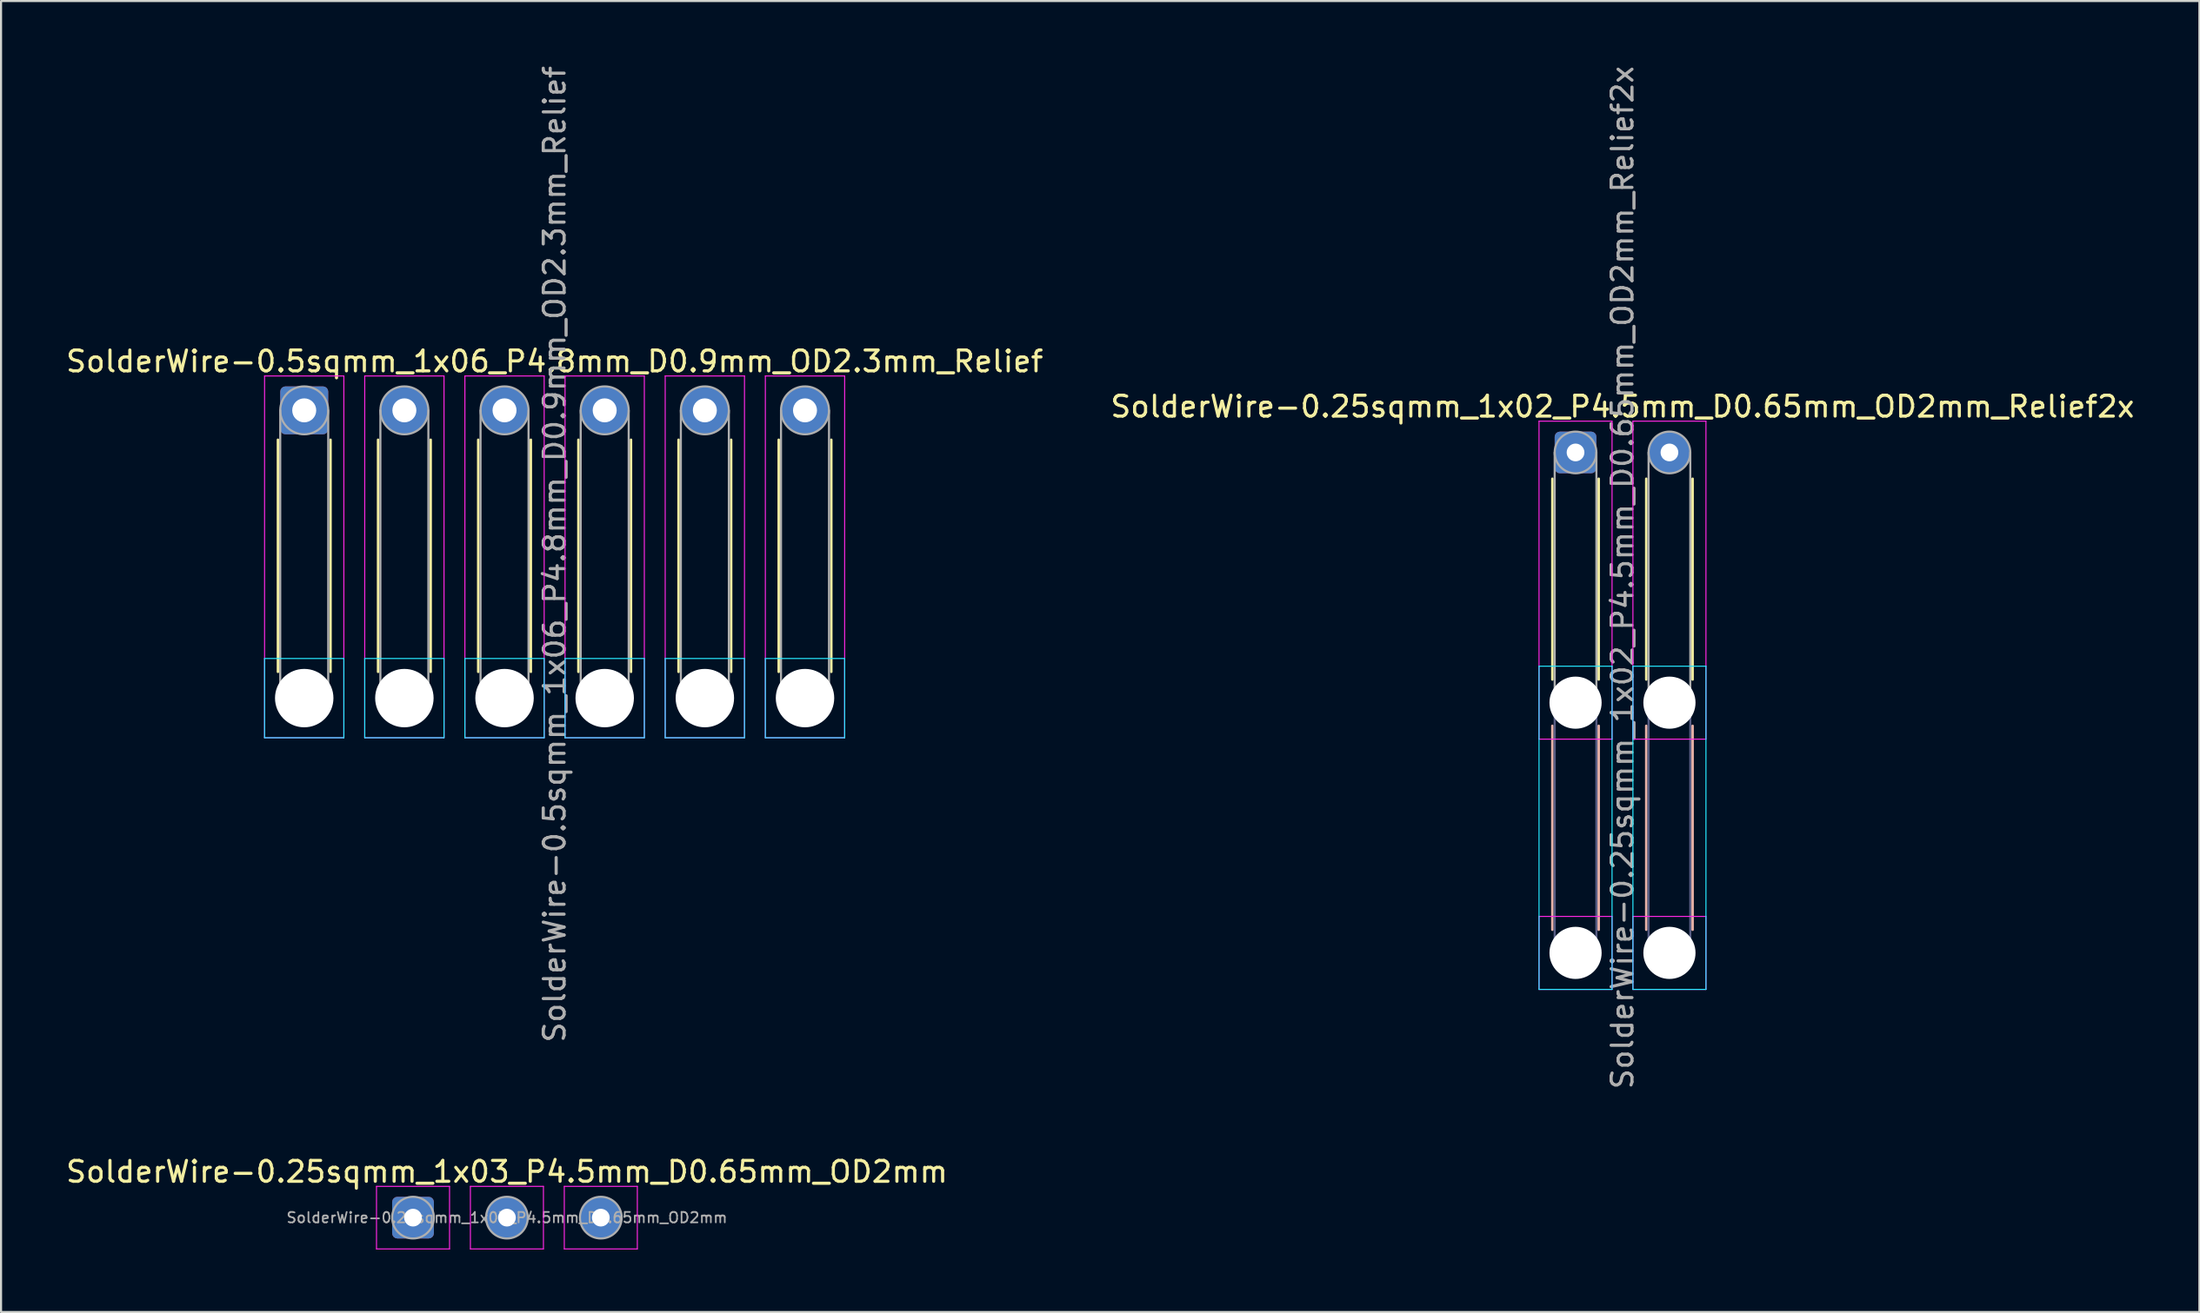
<source format=kicad_pcb>
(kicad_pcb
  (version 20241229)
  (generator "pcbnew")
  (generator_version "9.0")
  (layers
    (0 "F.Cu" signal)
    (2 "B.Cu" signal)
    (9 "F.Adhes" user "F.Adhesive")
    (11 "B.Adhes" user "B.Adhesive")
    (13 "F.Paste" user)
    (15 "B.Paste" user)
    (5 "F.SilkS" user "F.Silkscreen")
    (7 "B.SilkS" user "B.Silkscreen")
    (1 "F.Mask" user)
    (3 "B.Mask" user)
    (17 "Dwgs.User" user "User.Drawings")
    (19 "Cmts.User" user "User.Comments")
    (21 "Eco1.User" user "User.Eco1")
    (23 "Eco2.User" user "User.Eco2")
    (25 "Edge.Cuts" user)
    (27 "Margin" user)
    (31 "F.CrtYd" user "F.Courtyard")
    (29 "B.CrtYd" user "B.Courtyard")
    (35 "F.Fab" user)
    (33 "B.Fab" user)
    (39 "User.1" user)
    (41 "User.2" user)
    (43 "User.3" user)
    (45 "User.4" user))
  (footprint "SolderWire-0.5sqmm_1x06_P4.8mm_D0.9mm_OD2.3mm_Relief"
    (layer "F.Cu")
    (at 11.53 16.63)
    (property "Reference" "SolderWire-0.5sqmm_1x06_P4.8mm_D0.9mm_OD2.3mm_Relief" (at 12 -2.35 0) (layer "F.SilkS") (effects (font (size 1 1) (thickness 0.15))))
    (attr exclude_from_pos_files exclude_from_bom)
    (fp_line (start -1.26 1.41) (end -1.26 12.54) (stroke (width 0.12) (type solid)) (layer "F.SilkS"))
    (fp_line (start 1.26 1.41) (end 1.26 12.54) (stroke (width 0.12) (type solid)) (layer "F.SilkS"))
    (fp_line (start 3.54 1.41) (end 3.54 12.54) (stroke (width 0.12) (type solid)) (layer "F.SilkS"))
    (fp_line (start 6.06 1.41) (end 6.06 12.54) (stroke (width 0.12) (type solid)) (layer "F.SilkS"))
    (fp_line (start 8.34 1.41) (end 8.34 12.54) (stroke (width 0.12) (type solid)) (layer "F.SilkS"))
    (fp_line (start 10.86 1.41) (end 10.86 12.54) (stroke (width 0.12) (type solid)) (layer "F.SilkS"))
    (fp_line (start 13.14 1.41) (end 13.14 12.54) (stroke (width 0.12) (type solid)) (layer "F.SilkS"))
    (fp_line (start 15.66 1.41) (end 15.66 12.54) (stroke (width 0.12) (type solid)) (layer "F.SilkS"))
    (fp_line (start 17.94 1.41) (end 17.94 12.54) (stroke (width 0.12) (type solid)) (layer "F.SilkS"))
    (fp_line (start 20.46 1.41) (end 20.46 12.54) (stroke (width 0.12) (type solid)) (layer "F.SilkS"))
    (fp_line (start 22.74 1.41) (end 22.74 12.54) (stroke (width 0.12) (type solid)) (layer "F.SilkS"))
    (fp_line (start 25.26 1.41) (end 25.26 12.54) (stroke (width 0.12) (type solid)) (layer "F.SilkS"))
    (fp_line (start -1.9 11.9) (end -1.9 15.7) (stroke (width 0.05) (type solid)) (layer "B.CrtYd"))
    (fp_line (start -1.9 15.7) (end 1.9 15.7) (stroke (width 0.05) (type solid)) (layer "B.CrtYd"))
    (fp_line (start 1.9 11.9) (end -1.9 11.9) (stroke (width 0.05) (type solid)) (layer "B.CrtYd"))
    (fp_line (start 1.9 15.7) (end 1.9 11.9) (stroke (width 0.05) (type solid)) (layer "B.CrtYd"))
    (fp_line (start 2.9 11.9) (end 2.9 15.7) (stroke (width 0.05) (type solid)) (layer "B.CrtYd"))
    (fp_line (start 2.9 15.7) (end 6.7 15.7) (stroke (width 0.05) (type solid)) (layer "B.CrtYd"))
    (fp_line (start 6.7 11.9) (end 2.9 11.9) (stroke (width 0.05) (type solid)) (layer "B.CrtYd"))
    (fp_line (start 6.7 15.7) (end 6.7 11.9) (stroke (width 0.05) (type solid)) (layer "B.CrtYd"))
    (fp_line (start 7.7 11.9) (end 7.7 15.7) (stroke (width 0.05) (type solid)) (layer "B.CrtYd"))
    (fp_line (start 7.7 15.7) (end 11.5 15.7) (stroke (width 0.05) (type solid)) (layer "B.CrtYd"))
    (fp_line (start 11.5 11.9) (end 7.7 11.9) (stroke (width 0.05) (type solid)) (layer "B.CrtYd"))
    (fp_line (start 11.5 15.7) (end 11.5 11.9) (stroke (width 0.05) (type solid)) (layer "B.CrtYd"))
    (fp_line (start 12.5 11.9) (end 12.5 15.7) (stroke (width 0.05) (type solid)) (layer "B.CrtYd"))
    (fp_line (start 12.5 15.7) (end 16.3 15.7) (stroke (width 0.05) (type solid)) (layer "B.CrtYd"))
    (fp_line (start 16.3 11.9) (end 12.5 11.9) (stroke (width 0.05) (type solid)) (layer "B.CrtYd"))
    (fp_line (start 16.3 15.7) (end 16.3 11.9) (stroke (width 0.05) (type solid)) (layer "B.CrtYd"))
    (fp_line (start 17.3 11.9) (end 17.3 15.7) (stroke (width 0.05) (type solid)) (layer "B.CrtYd"))
    (fp_line (start 17.3 15.7) (end 21.1 15.7) (stroke (width 0.05) (type solid)) (layer "B.CrtYd"))
    (fp_line (start 21.1 11.9) (end 17.3 11.9) (stroke (width 0.05) (type solid)) (layer "B.CrtYd"))
    (fp_line (start 21.1 15.7) (end 21.1 11.9) (stroke (width 0.05) (type solid)) (layer "B.CrtYd"))
    (fp_line (start 22.1 11.9) (end 22.1 15.7) (stroke (width 0.05) (type solid)) (layer "B.CrtYd"))
    (fp_line (start 22.1 15.7) (end 25.9 15.7) (stroke (width 0.05) (type solid)) (layer "B.CrtYd"))
    (fp_line (start 25.9 11.9) (end 22.1 11.9) (stroke (width 0.05) (type solid)) (layer "B.CrtYd"))
    (fp_line (start 25.9 15.7) (end 25.9 11.9) (stroke (width 0.05) (type solid)) (layer "B.CrtYd"))
    (fp_line (start -1.9 -1.65) (end -1.9 15.7) (stroke (width 0.05) (type solid)) (layer "F.CrtYd"))
    (fp_line (start -1.9 15.7) (end 1.9 15.7) (stroke (width 0.05) (type solid)) (layer "F.CrtYd"))
    (fp_line (start 1.9 -1.65) (end -1.9 -1.65) (stroke (width 0.05) (type solid)) (layer "F.CrtYd"))
    (fp_line (start 1.9 15.7) (end 1.9 -1.65) (stroke (width 0.05) (type solid)) (layer "F.CrtYd"))
    (fp_line (start 2.9 -1.65) (end 2.9 15.7) (stroke (width 0.05) (type solid)) (layer "F.CrtYd"))
    (fp_line (start 2.9 15.7) (end 6.7 15.7) (stroke (width 0.05) (type solid)) (layer "F.CrtYd"))
    (fp_line (start 6.7 -1.65) (end 2.9 -1.65) (stroke (width 0.05) (type solid)) (layer "F.CrtYd"))
    (fp_line (start 6.7 15.7) (end 6.7 -1.65) (stroke (width 0.05) (type solid)) (layer "F.CrtYd"))
    (fp_line (start 7.7 -1.65) (end 7.7 15.7) (stroke (width 0.05) (type solid)) (layer "F.CrtYd"))
    (fp_line (start 7.7 15.7) (end 11.5 15.7) (stroke (width 0.05) (type solid)) (layer "F.CrtYd"))
    (fp_line (start 11.5 -1.65) (end 7.7 -1.65) (stroke (width 0.05) (type solid)) (layer "F.CrtYd"))
    (fp_line (start 11.5 15.7) (end 11.5 -1.65) (stroke (width 0.05) (type solid)) (layer "F.CrtYd"))
    (fp_line (start 12.5 -1.65) (end 12.5 15.7) (stroke (width 0.05) (type solid)) (layer "F.CrtYd"))
    (fp_line (start 12.5 15.7) (end 16.3 15.7) (stroke (width 0.05) (type solid)) (layer "F.CrtYd"))
    (fp_line (start 16.3 -1.65) (end 12.5 -1.65) (stroke (width 0.05) (type solid)) (layer "F.CrtYd"))
    (fp_line (start 16.3 15.7) (end 16.3 -1.65) (stroke (width 0.05) (type solid)) (layer "F.CrtYd"))
    (fp_line (start 17.3 -1.65) (end 17.3 15.7) (stroke (width 0.05) (type solid)) (layer "F.CrtYd"))
    (fp_line (start 17.3 15.7) (end 21.1 15.7) (stroke (width 0.05) (type solid)) (layer "F.CrtYd"))
    (fp_line (start 21.1 -1.65) (end 17.3 -1.65) (stroke (width 0.05) (type solid)) (layer "F.CrtYd"))
    (fp_line (start 21.1 15.7) (end 21.1 -1.65) (stroke (width 0.05) (type solid)) (layer "F.CrtYd"))
    (fp_line (start 22.1 -1.65) (end 22.1 15.7) (stroke (width 0.05) (type solid)) (layer "F.CrtYd"))
    (fp_line (start 22.1 15.7) (end 25.9 15.7) (stroke (width 0.05) (type solid)) (layer "F.CrtYd"))
    (fp_line (start 25.9 -1.65) (end 22.1 -1.65) (stroke (width 0.05) (type solid)) (layer "F.CrtYd"))
    (fp_line (start 25.9 15.7) (end 25.9 -1.65) (stroke (width 0.05) (type solid)) (layer "F.CrtYd"))
    (fp_line (start -1.15 0) (end -1.15 13.8) (stroke (width 0.1) (type solid)) (layer "F.Fab"))
    (fp_line (start 1.15 0) (end 1.15 13.8) (stroke (width 0.1) (type solid)) (layer "F.Fab"))
    (fp_line (start 3.65 0) (end 3.65 13.8) (stroke (width 0.1) (type solid)) (layer "F.Fab"))
    (fp_line (start 5.95 0) (end 5.95 13.8) (stroke (width 0.1) (type solid)) (layer "F.Fab"))
    (fp_line (start 8.45 0) (end 8.45 13.8) (stroke (width 0.1) (type solid)) (layer "F.Fab"))
    (fp_line (start 10.75 0) (end 10.75 13.8) (stroke (width 0.1) (type solid)) (layer "F.Fab"))
    (fp_line (start 13.25 0) (end 13.25 13.8) (stroke (width 0.1) (type solid)) (layer "F.Fab"))
    (fp_line (start 15.55 0) (end 15.55 13.8) (stroke (width 0.1) (type solid)) (layer "F.Fab"))
    (fp_line (start 18.05 0) (end 18.05 13.8) (stroke (width 0.1) (type solid)) (layer "F.Fab"))
    (fp_line (start 20.35 0) (end 20.35 13.8) (stroke (width 0.1) (type solid)) (layer "F.Fab"))
    (fp_line (start 22.85 0) (end 22.85 13.8) (stroke (width 0.1) (type solid)) (layer "F.Fab"))
    (fp_line (start 25.15 0) (end 25.15 13.8) (stroke (width 0.1) (type solid)) (layer "F.Fab"))
    (fp_circle (center 0 0) (end 1.15 0) (stroke (width 0.1) (type solid)) (fill no) (layer "F.Fab"))
    (fp_circle (center 0 13.8) (end 1.15 13.8) (stroke (width 0.1) (type solid)) (fill no) (layer "F.Fab"))
    (fp_circle (center 4.8 0) (end 5.95 0) (stroke (width 0.1) (type solid)) (fill no) (layer "F.Fab"))
    (fp_circle (center 4.8 13.8) (end 5.95 13.8) (stroke (width 0.1) (type solid)) (fill no) (layer "F.Fab"))
    (fp_circle (center 9.6 0) (end 10.75 0) (stroke (width 0.1) (type solid)) (fill no) (layer "F.Fab"))
    (fp_circle (center 9.6 13.8) (end 10.75 13.8) (stroke (width 0.1) (type solid)) (fill no) (layer "F.Fab"))
    (fp_circle (center 14.4 0) (end 15.55 0) (stroke (width 0.1) (type solid)) (fill no) (layer "F.Fab"))
    (fp_circle (center 14.4 13.8) (end 15.55 13.8) (stroke (width 0.1) (type solid)) (fill no) (layer "F.Fab"))
    (fp_circle (center 19.2 0) (end 20.35 0) (stroke (width 0.1) (type solid)) (fill no) (layer "F.Fab"))
    (fp_circle (center 19.2 13.8) (end 20.35 13.8) (stroke (width 0.1) (type solid)) (fill no) (layer "F.Fab"))
    (fp_circle (center 24 0) (end 25.15 0) (stroke (width 0.1) (type solid)) (fill no) (layer "F.Fab"))
    (fp_circle (center 24 13.8) (end 25.15 13.8) (stroke (width 0.1) (type solid)) (fill no) (layer "F.Fab"))
    (fp_text user "${REFERENCE}" (at 12 6.9 90) (layer "F.Fab") (effects (font (size 1 1) (thickness 0.15))))
    (pad "" np_thru_hole circle (at 0 13.8) (size 2.8 2.8) (drill 2.8) (layers "*.Cu" "*.Mask"))
    (pad "" np_thru_hole circle (at 4.8 13.8) (size 2.8 2.8) (drill 2.8) (layers "*.Cu" "*.Mask"))
    (pad "" np_thru_hole circle (at 9.6 13.8) (size 2.8 2.8) (drill 2.8) (layers "*.Cu" "*.Mask"))
    (pad "" np_thru_hole circle (at 14.4 13.8) (size 2.8 2.8) (drill 2.8) (layers "*.Cu" "*.Mask"))
    (pad "" np_thru_hole circle (at 19.2 13.8) (size 2.8 2.8) (drill 2.8) (layers "*.Cu" "*.Mask"))
    (pad "" np_thru_hole circle (at 24 13.8) (size 2.8 2.8) (drill 2.8) (layers "*.Cu" "*.Mask"))
    (pad "1" thru_hole roundrect (at 0 0) (size 2.3 2.3) (drill 1.15) (layers "*.Cu" "*.Mask") (roundrect_rratio 0.109))
    (pad "2" thru_hole circle (at 4.8 0) (size 2.3 2.3) (drill 1.15) (layers "*.Cu" "*.Mask"))
    (pad "3" thru_hole circle (at 9.6 0) (size 2.3 2.3) (drill 1.15) (layers "*.Cu" "*.Mask"))
    (pad "4" thru_hole circle (at 14.4 0) (size 2.3 2.3) (drill 1.15) (layers "*.Cu" "*.Mask"))
    (pad "5" thru_hole circle (at 19.2 0) (size 2.3 2.3) (drill 1.15) (layers "*.Cu" "*.Mask"))
    (pad "6" thru_hole circle (at 24 0) (size 2.3 2.3) (drill 1.15) (layers "*.Cu" "*.Mask")))
  (footprint "SolderWire-0.25sqmm_1x03_P4.5mm_D0.65mm_OD2mm"
    (layer "F.Cu")
    (at 16.744 55.346)
    (property "Reference" "SolderWire-0.25sqmm_1x03_P4.5mm_D0.65mm_OD2mm" (at 4.5 -2.2 0) (layer "F.SilkS") (effects (font (size 1 1) (thickness 0.15))))
    (attr exclude_from_pos_files exclude_from_bom)
    (fp_line (start -1.75 -1.5) (end -1.75 1.5) (stroke (width 0.05) (type solid)) (layer "F.CrtYd"))
    (fp_line (start -1.75 1.5) (end 1.75 1.5) (stroke (width 0.05) (type solid)) (layer "F.CrtYd"))
    (fp_line (start 1.75 -1.5) (end -1.75 -1.5) (stroke (width 0.05) (type solid)) (layer "F.CrtYd"))
    (fp_line (start 1.75 1.5) (end 1.75 -1.5) (stroke (width 0.05) (type solid)) (layer "F.CrtYd"))
    (fp_line (start 2.75 -1.5) (end 2.75 1.5) (stroke (width 0.05) (type solid)) (layer "F.CrtYd"))
    (fp_line (start 2.75 1.5) (end 6.25 1.5) (stroke (width 0.05) (type solid)) (layer "F.CrtYd"))
    (fp_line (start 6.25 -1.5) (end 2.75 -1.5) (stroke (width 0.05) (type solid)) (layer "F.CrtYd"))
    (fp_line (start 6.25 1.5) (end 6.25 -1.5) (stroke (width 0.05) (type solid)) (layer "F.CrtYd"))
    (fp_line (start 7.25 -1.5) (end 7.25 1.5) (stroke (width 0.05) (type solid)) (layer "F.CrtYd"))
    (fp_line (start 7.25 1.5) (end 10.75 1.5) (stroke (width 0.05) (type solid)) (layer "F.CrtYd"))
    (fp_line (start 10.75 -1.5) (end 7.25 -1.5) (stroke (width 0.05) (type solid)) (layer "F.CrtYd"))
    (fp_line (start 10.75 1.5) (end 10.75 -1.5) (stroke (width 0.05) (type solid)) (layer "F.CrtYd"))
    (fp_circle (center 0 0) (end 1 0) (stroke (width 0.1) (type solid)) (fill no) (layer "F.Fab"))
    (fp_circle (center 4.5 0) (end 5.5 0) (stroke (width 0.1) (type solid)) (fill no) (layer "F.Fab"))
    (fp_circle (center 9 0) (end 10 0) (stroke (width 0.1) (type solid)) (fill no) (layer "F.Fab"))
    (fp_text user "${REFERENCE}" (at 4.5 0 0) (layer "F.Fab") (effects (font (size 0.5 0.5) (thickness 0.08))))
    (pad "1" thru_hole roundrect (at 0 0) (size 2 2) (drill 0.85) (layers "*.Cu" "*.Mask") (roundrect_rratio 0.125))
    (pad "2" thru_hole circle (at 4.5 0) (size 2 2) (drill 0.85) (layers "*.Cu" "*.Mask"))
    (pad "3" thru_hole circle (at 9 0) (size 2 2) (drill 0.85) (layers "*.Cu" "*.Mask")))
  (footprint "SolderWire-0.25sqmm_1x02_P4.5mm_D0.65mm_OD2mm_Relief2x"
    (layer "F.Cu")
    (at 72.458 18.649)
    (property "Reference" "SolderWire-0.25sqmm_1x02_P4.5mm_D0.65mm_OD2mm_Relief2x" (at 2.25 -2.2 0) (layer "F.SilkS") (effects (font (size 1 1) (thickness 0.15))))
    (attr exclude_from_pos_files exclude_from_bom)
    (fp_line (start -1.11 1.26) (end -1.11 10.89) (stroke (width 0.12) (type solid)) (layer "F.SilkS"))
    (fp_line (start 1.11 1.26) (end 1.11 10.89) (stroke (width 0.12) (type solid)) (layer "F.SilkS"))
    (fp_line (start 3.39 1.26) (end 3.39 10.89) (stroke (width 0.12) (type solid)) (layer "F.SilkS"))
    (fp_line (start 5.61 1.26) (end 5.61 10.89) (stroke (width 0.12) (type solid)) (layer "F.SilkS"))
    (fp_line (start -1.11 13.11) (end -1.11 22.89) (stroke (width 0.12) (type solid)) (layer "B.SilkS"))
    (fp_line (start 1.11 13.11) (end 1.11 22.89) (stroke (width 0.12) (type solid)) (layer "B.SilkS"))
    (fp_line (start 3.39 13.11) (end 3.39 22.89) (stroke (width 0.12) (type solid)) (layer "B.SilkS"))
    (fp_line (start 5.61 13.11) (end 5.61 22.89) (stroke (width 0.12) (type solid)) (layer "B.SilkS"))
    (fp_line (start -1.75 10.25) (end -1.75 25.75) (stroke (width 0.05) (type solid)) (layer "B.CrtYd"))
    (fp_line (start -1.75 25.75) (end 1.75 25.75) (stroke (width 0.05) (type solid)) (layer "B.CrtYd"))
    (fp_line (start 1.75 10.25) (end -1.75 10.25) (stroke (width 0.05) (type solid)) (layer "B.CrtYd"))
    (fp_line (start 1.75 25.75) (end 1.75 10.25) (stroke (width 0.05) (type solid)) (layer "B.CrtYd"))
    (fp_line (start 2.75 10.25) (end 2.75 25.75) (stroke (width 0.05) (type solid)) (layer "B.CrtYd"))
    (fp_line (start 2.75 25.75) (end 6.25 25.75) (stroke (width 0.05) (type solid)) (layer "B.CrtYd"))
    (fp_line (start 6.25 10.25) (end 2.75 10.25) (stroke (width 0.05) (type solid)) (layer "B.CrtYd"))
    (fp_line (start 6.25 25.75) (end 6.25 10.25) (stroke (width 0.05) (type solid)) (layer "B.CrtYd"))
    (fp_line (start -1.75 -1.5) (end -1.75 13.75) (stroke (width 0.05) (type solid)) (layer "F.CrtYd"))
    (fp_line (start -1.75 13.75) (end 1.75 13.75) (stroke (width 0.05) (type solid)) (layer "F.CrtYd"))
    (fp_line (start -1.75 22.25) (end -1.75 25.75) (stroke (width 0.05) (type solid)) (layer "F.CrtYd"))
    (fp_line (start -1.75 25.75) (end 1.75 25.75) (stroke (width 0.05) (type solid)) (layer "F.CrtYd"))
    (fp_line (start 1.75 -1.5) (end -1.75 -1.5) (stroke (width 0.05) (type solid)) (layer "F.CrtYd"))
    (fp_line (start 1.75 13.75) (end 1.75 -1.5) (stroke (width 0.05) (type solid)) (layer "F.CrtYd"))
    (fp_line (start 1.75 22.25) (end -1.75 22.25) (stroke (width 0.05) (type solid)) (layer "F.CrtYd"))
    (fp_line (start 1.75 25.75) (end 1.75 22.25) (stroke (width 0.05) (type solid)) (layer "F.CrtYd"))
    (fp_line (start 2.75 -1.5) (end 2.75 13.75) (stroke (width 0.05) (type solid)) (layer "F.CrtYd"))
    (fp_line (start 2.75 13.75) (end 6.25 13.75) (stroke (width 0.05) (type solid)) (layer "F.CrtYd"))
    (fp_line (start 2.75 22.25) (end 2.75 25.75) (stroke (width 0.05) (type solid)) (layer "F.CrtYd"))
    (fp_line (start 2.75 25.75) (end 6.25 25.75) (stroke (width 0.05) (type solid)) (layer "F.CrtYd"))
    (fp_line (start 6.25 -1.5) (end 2.75 -1.5) (stroke (width 0.05) (type solid)) (layer "F.CrtYd"))
    (fp_line (start 6.25 13.75) (end 6.25 -1.5) (stroke (width 0.05) (type solid)) (layer "F.CrtYd"))
    (fp_line (start 6.25 22.25) (end 2.75 22.25) (stroke (width 0.05) (type solid)) (layer "F.CrtYd"))
    (fp_line (start 6.25 25.75) (end 6.25 22.25) (stroke (width 0.05) (type solid)) (layer "F.CrtYd"))
    (fp_line (start -1 12) (end -1 24) (stroke (width 0.1) (type solid)) (layer "B.Fab"))
    (fp_line (start 1 12) (end 1 24) (stroke (width 0.1) (type solid)) (layer "B.Fab"))
    (fp_line (start 3.5 12) (end 3.5 24) (stroke (width 0.1) (type solid)) (layer "B.Fab"))
    (fp_line (start 5.5 12) (end 5.5 24) (stroke (width 0.1) (type solid)) (layer "B.Fab"))
    (fp_circle (center 0 12) (end 1 12) (stroke (width 0.1) (type solid)) (fill no) (layer "B.Fab"))
    (fp_circle (center 0 24) (end 1 24) (stroke (width 0.1) (type solid)) (fill no) (layer "B.Fab"))
    (fp_circle (center 4.5 12) (end 5.5 12) (stroke (width 0.1) (type solid)) (fill no) (layer "B.Fab"))
    (fp_circle (center 4.5 24) (end 5.5 24) (stroke (width 0.1) (type solid)) (fill no) (layer "B.Fab"))
    (fp_line (start -1 0) (end -1 12) (stroke (width 0.1) (type solid)) (layer "F.Fab"))
    (fp_line (start 1 0) (end 1 12) (stroke (width 0.1) (type solid)) (layer "F.Fab"))
    (fp_line (start 3.5 0) (end 3.5 12) (stroke (width 0.1) (type solid)) (layer "F.Fab"))
    (fp_line (start 5.5 0) (end 5.5 12) (stroke (width 0.1) (type solid)) (layer "F.Fab"))
    (fp_circle (center 0 0) (end 1 0) (stroke (width 0.1) (type solid)) (fill no) (layer "F.Fab"))
    (fp_circle (center 0 12) (end 1 12) (stroke (width 0.1) (type solid)) (fill no) (layer "F.Fab"))
    (fp_circle (center 0 24) (end 1 24) (stroke (width 0.1) (type solid)) (fill no) (layer "F.Fab"))
    (fp_circle (center 4.5 0) (end 5.5 0) (stroke (width 0.1) (type solid)) (fill no) (layer "F.Fab"))
    (fp_circle (center 4.5 12) (end 5.5 12) (stroke (width 0.1) (type solid)) (fill no) (layer "F.Fab"))
    (fp_circle (center 4.5 24) (end 5.5 24) (stroke (width 0.1) (type solid)) (fill no) (layer "F.Fab"))
    (fp_text user "${REFERENCE}" (at 2.25 6 90) (layer "F.Fab") (effects (font (size 1 1) (thickness 0.15))))
    (pad "" np_thru_hole circle (at 0 12) (size 2.5 2.5) (drill 2.5) (layers "*.Cu" "*.Mask"))
    (pad "" np_thru_hole circle (at 0 24) (size 2.5 2.5) (drill 2.5) (layers "*.Cu" "*.Mask"))
    (pad "" np_thru_hole circle (at 4.5 12) (size 2.5 2.5) (drill 2.5) (layers "*.Cu" "*.Mask"))
    (pad "" np_thru_hole circle (at 4.5 24) (size 2.5 2.5) (drill 2.5) (layers "*.Cu" "*.Mask"))
    (pad "1" thru_hole roundrect (at 0 0) (size 2 2) (drill 0.85) (layers "*.Cu" "*.Mask") (roundrect_rratio 0.125))
    (pad "2" thru_hole circle (at 4.5 0) (size 2 2) (drill 0.85) (layers "*.Cu" "*.Mask")))
  (gr_rect
    (start -3 -3)
    (end 102.357 59.871)
    (stroke (width 0.1) (type default))
    (fill no)
    (layer "Edge.Cuts")))
</source>
